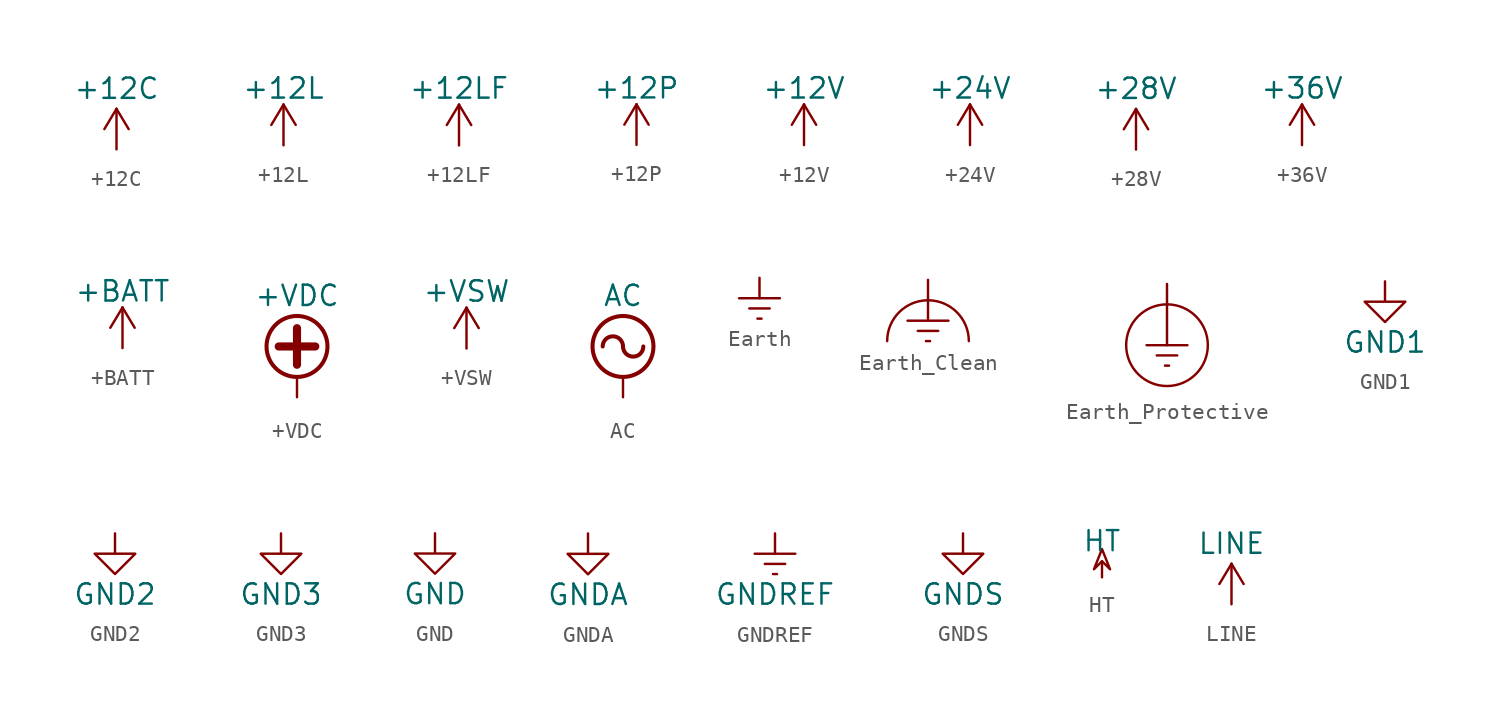
<source format=kicad_sym>
(kicad_symbol_lib
  (version 20201005)
  (generator kicad_symbol_editor)
  (symbol "power:+12C"
    (power)
    (pin_names
      (offset 0))
    (property "Reference" "#PWR"
      (at 0 -3.81 0)
      (effects (font (size 1.27 1.27)) hide))
    (property "Value" "+12C"
      (at 0 3.81 0)
      (effects (font (size 1.27 1.27))))
    (symbol "+12C_0_1"
      (polyline (pts (xy -0.762 1.27) (xy 0 2.54)) (stroke (width 0)) (fill (type none)))
      (polyline (pts (xy 0 0) (xy 0 2.54)) (stroke (width 0)) (fill (type none)))
      (polyline (pts (xy 0 2.54) (xy 0.762 1.27)) (stroke (width 0)) (fill (type none))))
    (symbol "+12C_1_1"
      (pin power_in line (at 0 0 90) (length 0) hide (name "+12C" (effects (font (size 1.27 1.27)))) (number "1" (effects (font (size 1.27 1.27)))))))
  (symbol "power:+12L"
    (power)
    (pin_names
      (offset 0))
    (property "Reference" "#PWR"
      (at 0 -3.81 0)
      (effects (font (size 1.27 1.27)) hide))
    (property "Value" "+12L"
      (at 0 3.556 0)
      (effects (font (size 1.27 1.27))))
    (symbol "+12L_0_1"
      (polyline (pts (xy -0.762 1.27) (xy 0 2.54)) (stroke (width 0)) (fill (type none)))
      (polyline (pts (xy 0 0) (xy 0 2.54)) (stroke (width 0)) (fill (type none)))
      (polyline (pts (xy 0 2.54) (xy 0.762 1.27)) (stroke (width 0)) (fill (type none))))
    (symbol "+12L_1_1"
      (pin power_in line (at 0 0 90) (length 0) hide (name "+12L" (effects (font (size 1.27 1.27)))) (number "1" (effects (font (size 1.27 1.27)))))))
  (symbol "power:+12LF"
    (power)
    (pin_names
      (offset 0))
    (property "Reference" "#PWR"
      (at 0 -3.81 0)
      (effects (font (size 1.27 1.27)) hide))
    (property "Value" "+12LF"
      (at 0 3.556 0)
      (effects (font (size 1.27 1.27))))
    (symbol "+12LF_0_1"
      (polyline (pts (xy -0.762 1.27) (xy 0 2.54)) (stroke (width 0)) (fill (type none)))
      (polyline (pts (xy 0 0) (xy 0 2.54)) (stroke (width 0)) (fill (type none)))
      (polyline (pts (xy 0 2.54) (xy 0.762 1.27)) (stroke (width 0)) (fill (type none))))
    (symbol "+12LF_1_1"
      (pin power_in line (at 0 0 90) (length 0) hide (name "+12LF" (effects (font (size 1.27 1.27)))) (number "1" (effects (font (size 1.27 1.27)))))))
  (symbol "power:+12P"
    (power)
    (pin_names
      (offset 0))
    (property "Reference" "#PWR"
      (at 0 -3.81 0)
      (effects (font (size 1.27 1.27)) hide))
    (property "Value" "+12P"
      (at 0 3.556 0)
      (effects (font (size 1.27 1.27))))
    (symbol "+12P_0_1"
      (polyline (pts (xy -0.762 1.27) (xy 0 2.54)) (stroke (width 0)) (fill (type none)))
      (polyline (pts (xy 0 0) (xy 0 2.54)) (stroke (width 0)) (fill (type none)))
      (polyline (pts (xy 0 2.54) (xy 0.762 1.27)) (stroke (width 0)) (fill (type none))))
    (symbol "+12P_1_1"
      (pin power_in line (at 0 0 90) (length 0) hide (name "+12P" (effects (font (size 1.27 1.27)))) (number "1" (effects (font (size 1.27 1.27)))))))
  (symbol "power:+12V"
    (power)
    (pin_names
      (offset 0))
    (property "Reference" "#PWR"
      (at 0 -3.81 0)
      (effects (font (size 1.27 1.27)) hide))
    (property "Value" "+12V"
      (at 0 3.556 0)
      (effects (font (size 1.27 1.27))))
    (symbol "+12V_0_1"
      (polyline (pts (xy -0.762 1.27) (xy 0 2.54)) (stroke (width 0)) (fill (type none)))
      (polyline (pts (xy 0 0) (xy 0 2.54)) (stroke (width 0)) (fill (type none)))
      (polyline (pts (xy 0 2.54) (xy 0.762 1.27)) (stroke (width 0)) (fill (type none))))
    (symbol "+12V_1_1"
      (pin power_in line (at 0 0 90) (length 0) hide (name "+12V" (effects (font (size 1.27 1.27)))) (number "1" (effects (font (size 1.27 1.27)))))))
  (symbol "power:+24V"
    (power)
    (pin_names
      (offset 0))
    (property "Reference" "#PWR"
      (at 0 -3.81 0)
      (effects (font (size 1.27 1.27)) hide))
    (property "Value" "+24V"
      (at 0 3.556 0)
      (effects (font (size 1.27 1.27))))
    (symbol "+24V_0_1"
      (polyline (pts (xy -0.762 1.27) (xy 0 2.54)) (stroke (width 0)) (fill (type none)))
      (polyline (pts (xy 0 0) (xy 0 2.54)) (stroke (width 0)) (fill (type none)))
      (polyline (pts (xy 0 2.54) (xy 0.762 1.27)) (stroke (width 0)) (fill (type none))))
    (symbol "+24V_1_1"
      (pin power_in line (at 0 0 90) (length 0) hide (name "+24V" (effects (font (size 1.27 1.27)))) (number "1" (effects (font (size 1.27 1.27)))))))
  (symbol "power:+28V"
    (power)
    (pin_names
      (offset 0))
    (property "Reference" "#PWR"
      (at 0 -3.81 0)
      (effects (font (size 1.27 1.27)) hide))
    (property "Value" "+28V"
      (at 0 3.81 0)
      (effects (font (size 1.27 1.27))))
    (symbol "+28V_0_1"
      (polyline (pts (xy -0.762 1.27) (xy 0 2.54)) (stroke (width 0)) (fill (type none)))
      (polyline (pts (xy 0 0) (xy 0 2.54)) (stroke (width 0)) (fill (type none)))
      (polyline (pts (xy 0 2.54) (xy 0.762 1.27)) (stroke (width 0)) (fill (type none))))
    (symbol "+28V_1_1"
      (pin power_in line (at 0 0 90) (length 0) hide (name "+28V" (effects (font (size 1.27 1.27)))) (number "1" (effects (font (size 1.27 1.27)))))))
  (symbol "power:+36V"
    (power)
    (pin_names
      (offset 0))
    (property "Reference" "#PWR"
      (at 0 -3.81 0)
      (effects (font (size 1.27 1.27)) hide))
    (property "Value" "+36V"
      (at 0 3.556 0)
      (effects (font (size 1.27 1.27))))
    (symbol "+36V_0_1"
      (polyline (pts (xy -0.762 1.27) (xy 0 2.54)) (stroke (width 0)) (fill (type none)))
      (polyline (pts (xy 0 0) (xy 0 2.54)) (stroke (width 0)) (fill (type none)))
      (polyline (pts (xy 0 2.54) (xy 0.762 1.27)) (stroke (width 0)) (fill (type none))))
    (symbol "+36V_1_1"
      (pin power_in line (at 0 0 90) (length 0) hide (name "+36V" (effects (font (size 1.27 1.27)))) (number "1" (effects (font (size 1.27 1.27)))))))
  (symbol "power:+BATT"
    (power)
    (pin_names
      (offset 0))
    (property "Reference" "#PWR"
      (at 0 -3.81 0)
      (effects (font (size 1.27 1.27)) hide))
    (property "Value" "+BATT"
      (at 0 3.556 0)
      (effects (font (size 1.27 1.27))))
    (symbol "+BATT_0_1"
      (polyline (pts (xy -0.762 1.27) (xy 0 2.54)) (stroke (width 0)) (fill (type none)))
      (polyline (pts (xy 0 0) (xy 0 2.54)) (stroke (width 0)) (fill (type none)))
      (polyline (pts (xy 0 2.54) (xy 0.762 1.27)) (stroke (width 0)) (fill (type none))))
    (symbol "+BATT_1_1"
      (pin power_in line (at 0 0 90) (length 0) hide (name "+BATT" (effects (font (size 1.27 1.27)))) (number "1" (effects (font (size 1.27 1.27)))))))
  (symbol "power:+VDC"
    (power)
    (pin_names
      (offset 0))
    (property "Reference" "#PWR"
      (at 0 -2.54 0)
      (effects (font (size 1.27 1.27)) hide))
    (property "Value" "+VDC"
      (at 0 6.35 0)
      (effects (font (size 1.27 1.27))))
    (symbol "+VDC_0_1"
      (circle (center 0 3.175) (radius 1.905) (stroke (width 0.254)) (fill (type none)))
      (polyline (pts (xy -1.143 3.175) (xy 1.143 3.175)) (stroke (width 0.508)) (fill (type none)))
      (polyline (pts (xy 0 0) (xy 0 1.27)) (stroke (width 0)) (fill (type none)))
      (polyline (pts (xy 0 2.032) (xy 0 4.318)) (stroke (width 0.508)) (fill (type none))))
    (symbol "+VDC_1_1"
      (pin power_in line (at 0 0 90) (length 0) hide (name "+VDC" (effects (font (size 1.27 1.27)))) (number "1" (effects (font (size 1.27 1.27)))))))
  (symbol "power:+VSW"
    (power)
    (pin_names
      (offset 0))
    (property "Reference" "#PWR"
      (at 0 -3.81 0)
      (effects (font (size 1.27 1.27)) hide))
    (property "Value" "+VSW"
      (at 0 3.556 0)
      (effects (font (size 1.27 1.27))))
    (symbol "+VSW_0_1"
      (polyline (pts (xy -0.762 1.27) (xy 0 2.54)) (stroke (width 0)) (fill (type none)))
      (polyline (pts (xy 0 0) (xy 0 2.54)) (stroke (width 0)) (fill (type none)))
      (polyline (pts (xy 0 2.54) (xy 0.762 1.27)) (stroke (width 0)) (fill (type none))))
    (symbol "+VSW_1_1"
      (pin power_in line (at 0 0 90) (length 0) hide (name "+VSW" (effects (font (size 1.27 1.27)))) (number "1" (effects (font (size 1.27 1.27)))))))
  (symbol "power:AC"
    (power)
    (pin_names
      (offset 0))
    (property "Reference" "#PWR"
      (at 0 -2.54 0)
      (effects (font (size 1.27 1.27)) hide))
    (property "Value" "AC"
      (at 0 6.35 0)
      (effects (font (size 1.27 1.27))))
    (symbol "AC_0_1"
      (arc (start 0 3.175) (end -1.27 3.175) (radius (at -0.635 3.175) (length 0.635) (angles 0.1 179.9)) (stroke (width 0.254)) (fill (type none)))
      (arc (start 0 3.175) (end 1.27 3.175) (radius (at 0.635 3.175) (length 0.635) (angles -179.9 -0.1)) (stroke (width 0.254)) (fill (type none)))
      (circle (center 0 3.175) (radius 1.905) (stroke (width 0.254)) (fill (type none)))
      (polyline (pts (xy 0 0) (xy 0 1.27)) (stroke (width 0)) (fill (type none))))
    (symbol "AC_1_1"
      (pin power_in line (at 0 0 90) (length 0) hide (name "AC" (effects (font (size 1.27 1.27)))) (number "1" (effects (font (size 1.27 1.27)))))))
  (symbol "power:Earth"
    (power)
    (pin_names
      (offset 0))
    (property "Reference" "#PWR"
      (at 0 -6.35 0)
      (effects (font (size 1.27 1.27)) hide))
    (symbol "Earth_0_1"
      (polyline (pts (xy -0.635 -1.905) (xy 0.635 -1.905)) (stroke (width 0)) (fill (type none)))
      (polyline (pts (xy -0.127 -2.54) (xy 0.127 -2.54)) (stroke (width 0)) (fill (type none)))
      (polyline (pts (xy 0 -1.27) (xy 0 0)) (stroke (width 0)) (fill (type none)))
      (polyline (pts (xy 1.27 -1.27) (xy -1.27 -1.27)) (stroke (width 0)) (fill (type none))))
    (symbol "Earth_1_1"
      (pin power_in line (at 0 0 270) (length 0) hide (name "Earth" (effects (font (size 1.27 1.27)))) (number "1" (effects (font (size 1.27 1.27)))))))
  (symbol "power:Earth_Clean"
    (power)
    (pin_names
      (offset 0))
    (property "Reference" "#PWR"
      (at 6.35 0 0)
      (effects (font (size 1.27 1.27)) hide))
    (symbol "Earth_Clean_0_1"
      (arc (start 2.54 -3.81) (end -2.54 -3.81) (radius (at 0 -3.81) (length 2.54) (angles 0.1 179.9)) (stroke (width 0)) (fill (type none)))
      (polyline (pts (xy -0.635 -3.175) (xy 0.635 -3.175)) (stroke (width 0)) (fill (type none)))
      (polyline (pts (xy -0.127 -3.81) (xy 0.127 -3.81)) (stroke (width 0)) (fill (type none)))
      (polyline (pts (xy 0 -2.54) (xy 0 0)) (stroke (width 0)) (fill (type none)))
      (polyline (pts (xy 1.27 -2.54) (xy -1.27 -2.54)) (stroke (width 0)) (fill (type none))))
    (symbol "Earth_Clean_1_1"
      (pin power_in line (at 0 0 270) (length 0) hide (name "Earth_Clean" (effects (font (size 1.27 1.27)))) (number "1" (effects (font (size 1.27 1.27)))))))
  (symbol "power:Earth_Protective"
    (power)
    (pin_names
      (offset 0))
    (property "Reference" "#PWR"
      (at 6.35 -6.35 0)
      (effects (font (size 1.27 1.27)) hide))
    (symbol "Earth_Protective_0_1"
      (circle (center 0 -3.81) (radius 2.54) (stroke (width 0)) (fill (type none)))
      (polyline (pts (xy -0.635 -4.445) (xy 0.635 -4.445)) (stroke (width 0)) (fill (type none)))
      (polyline (pts (xy -0.127 -5.08) (xy 0.127 -5.08)) (stroke (width 0)) (fill (type none)))
      (polyline (pts (xy 0 -3.81) (xy 0 0)) (stroke (width 0)) (fill (type none)))
      (polyline (pts (xy 1.27 -3.81) (xy -1.27 -3.81)) (stroke (width 0)) (fill (type none))))
    (symbol "Earth_Protective_1_1"
      (pin power_in line (at 0 0 270) (length 0) hide (name "Earth_Protective" (effects (font (size 1.27 1.27)))) (number "1" (effects (font (size 1.27 1.27)))))))
  (symbol "power:GND1"
    (power)
    (pin_names
      (offset 0))
    (property "Reference" "#PWR"
      (at 0 -6.35 0)
      (effects (font (size 1.27 1.27)) hide))
    (property "Value" "GND1"
      (at 0 -3.81 0)
      (effects (font (size 1.27 1.27))))
    (symbol "GND1_0_1"
      (polyline (pts (xy 0 0) (xy 0 -1.27) (xy 1.27 -1.27) (xy 0 -2.54) (xy -1.27 -1.27) (xy 0 -1.27)) (stroke (width 0)) (fill (type none))))
    (symbol "GND1_1_1"
      (pin power_in line (at 0 0 270) (length 0) hide (name "GND1" (effects (font (size 1.27 1.27)))) (number "1" (effects (font (size 1.27 1.27)))))))
  (symbol "power:GND2"
    (power)
    (pin_names
      (offset 0))
    (property "Reference" "#PWR"
      (at 0 -6.35 0)
      (effects (font (size 1.27 1.27)) hide))
    (property "Value" "GND2"
      (at 0 -3.81 0)
      (effects (font (size 1.27 1.27))))
    (symbol "GND2_0_1"
      (polyline (pts (xy 0 0) (xy 0 -1.27) (xy 1.27 -1.27) (xy 0 -2.54) (xy -1.27 -1.27) (xy 0 -1.27)) (stroke (width 0)) (fill (type none))))
    (symbol "GND2_1_1"
      (pin power_in line (at 0 0 270) (length 0) hide (name "GND2" (effects (font (size 1.27 1.27)))) (number "1" (effects (font (size 1.27 1.27)))))))
  (symbol "power:GND3"
    (power)
    (pin_names
      (offset 0))
    (property "Reference" "#PWR"
      (at 0 -6.35 0)
      (effects (font (size 1.27 1.27)) hide))
    (property "Value" "GND3"
      (at 0 -3.81 0)
      (effects (font (size 1.27 1.27))))
    (symbol "GND3_0_1"
      (polyline (pts (xy 0 0) (xy 0 -1.27) (xy 1.27 -1.27) (xy 0 -2.54) (xy -1.27 -1.27) (xy 0 -1.27)) (stroke (width 0)) (fill (type none))))
    (symbol "GND3_1_1"
      (pin power_in line (at 0 0 270) (length 0) hide (name "GND3" (effects (font (size 1.27 1.27)))) (number "1" (effects (font (size 1.27 1.27)))))))
  (symbol "power:GND"
    (power)
    (pin_names
      (offset 0))
    (property "Reference" "#PWR"
      (at 0 -6.35 0)
      (effects (font (size 1.27 1.27)) hide))
    (property "Value" "GND"
      (at 0 -3.81 0)
      (effects (font (size 1.27 1.27))))
    (symbol "GND_0_1"
      (polyline (pts (xy 0 0) (xy 0 -1.27) (xy 1.27 -1.27) (xy 0 -2.54) (xy -1.27 -1.27) (xy 0 -1.27)) (stroke (width 0)) (fill (type none))))
    (symbol "GND_1_1"
      (pin power_in line (at 0 0 270) (length 0) hide (name "GND" (effects (font (size 1.27 1.27)))) (number "1" (effects (font (size 1.27 1.27)))))))
  (symbol "power:GNDA"
    (power)
    (pin_names
      (offset 0))
    (property "Reference" "#PWR"
      (at 0 -6.35 0)
      (effects (font (size 1.27 1.27)) hide))
    (property "Value" "GNDA"
      (at 0 -3.81 0)
      (effects (font (size 1.27 1.27))))
    (symbol "GNDA_0_1"
      (polyline (pts (xy 0 0) (xy 0 -1.27) (xy 1.27 -1.27) (xy 0 -2.54) (xy -1.27 -1.27) (xy 0 -1.27)) (stroke (width 0)) (fill (type none))))
    (symbol "GNDA_1_1"
      (pin power_in line (at 0 0 270) (length 0) hide (name "GNDA" (effects (font (size 1.27 1.27)))) (number "1" (effects (font (size 1.27 1.27)))))))
  (symbol "power:GNDREF"
    (power)
    (pin_names
      (offset 0))
    (property "Reference" "#PWR"
      (at 0 -6.35 0)
      (effects (font (size 1.27 1.27)) hide))
    (property "Value" "GNDREF"
      (at 0 -3.81 0)
      (effects (font (size 1.27 1.27))))
    (symbol "GNDREF_0_1"
      (polyline (pts (xy -0.635 -1.905) (xy 0.635 -1.905)) (stroke (width 0)) (fill (type none)))
      (polyline (pts (xy -0.127 -2.54) (xy 0.127 -2.54)) (stroke (width 0)) (fill (type none)))
      (polyline (pts (xy 0 -1.27) (xy 0 0)) (stroke (width 0)) (fill (type none)))
      (polyline (pts (xy 1.27 -1.27) (xy -1.27 -1.27)) (stroke (width 0)) (fill (type none))))
    (symbol "GNDREF_1_1"
      (pin power_in line (at 0 0 270) (length 0) hide (name "GNDREF" (effects (font (size 1.27 1.27)))) (number "1" (effects (font (size 1.27 1.27)))))))
  (symbol "power:GNDS"
    (power)
    (pin_names
      (offset 0))
    (property "Reference" "#PWR"
      (at 0 -6.35 0)
      (effects (font (size 1.27 1.27)) hide))
    (property "Value" "GNDS"
      (at 0 -3.81 0)
      (effects (font (size 1.27 1.27))))
    (symbol "GNDS_0_1"
      (polyline (pts (xy 0 0) (xy 0 -1.27) (xy 1.27 -1.27) (xy 0 -2.54) (xy -1.27 -1.27) (xy 0 -1.27)) (stroke (width 0)) (fill (type none))))
    (symbol "GNDS_1_1"
      (pin power_in line (at 0 0 270) (length 0) hide (name "GNDS" (effects (font (size 1.27 1.27)))) (number "1" (effects (font (size 1.27 1.27)))))))
  (symbol "power:HT"
    (power)
    (pin_names
      (offset 0))
    (property "Reference" "#PWR"
      (at 0 3.048 0)
      (effects (font (size 1.27 1.27)) hide))
    (property "Value" "HT"
      (at 0 2.286 0)
      (effects (font (size 1.27 1.27))))
    (symbol "HT_0_0"
      (pin power_in line (at 0 0 90) (length 0) hide (name "HT" (effects (font (size 1.27 1.27)))) (number "1" (effects (font (size 1.27 1.27))))))
    (symbol "HT_0_1"
      (polyline (pts (xy 0 0) (xy 0 1.016) (xy 0 1.016)) (stroke (width 0)) (fill (type none)))
      (polyline (pts (xy 0 1.016) (xy 0.508 0.508) (xy 0 1.778) (xy -0.508 0.508) (xy 0 1.016) (xy 0 1.016)) (stroke (width 0)) (fill (type none)))))
  (symbol "power:LINE"
    (power)
    (pin_names
      (offset 0))
    (property "Reference" "#PWR"
      (at 0 -3.81 0)
      (effects (font (size 1.27 1.27)) hide))
    (property "Value" "LINE"
      (at 0 3.81 0)
      (effects (font (size 1.27 1.27))))
    (symbol "LINE_0_1"
      (polyline (pts (xy -0.762 1.27) (xy 0 2.54)) (stroke (width 0)) (fill (type none)))
      (polyline (pts (xy 0 0) (xy 0 2.54)) (stroke (width 0)) (fill (type none)))
      (polyline (pts (xy 0 2.54) (xy 0.762 1.27)) (stroke (width 0)) (fill (type none))))
    (symbol "LINE_1_1"
      (pin power_in line (at 0 0 90) (length 0) hide (name "LINE" (effects (font (size 1.27 1.27)))) (number "1" (effects (font (size 1.27 1.27))))))))
</source>
